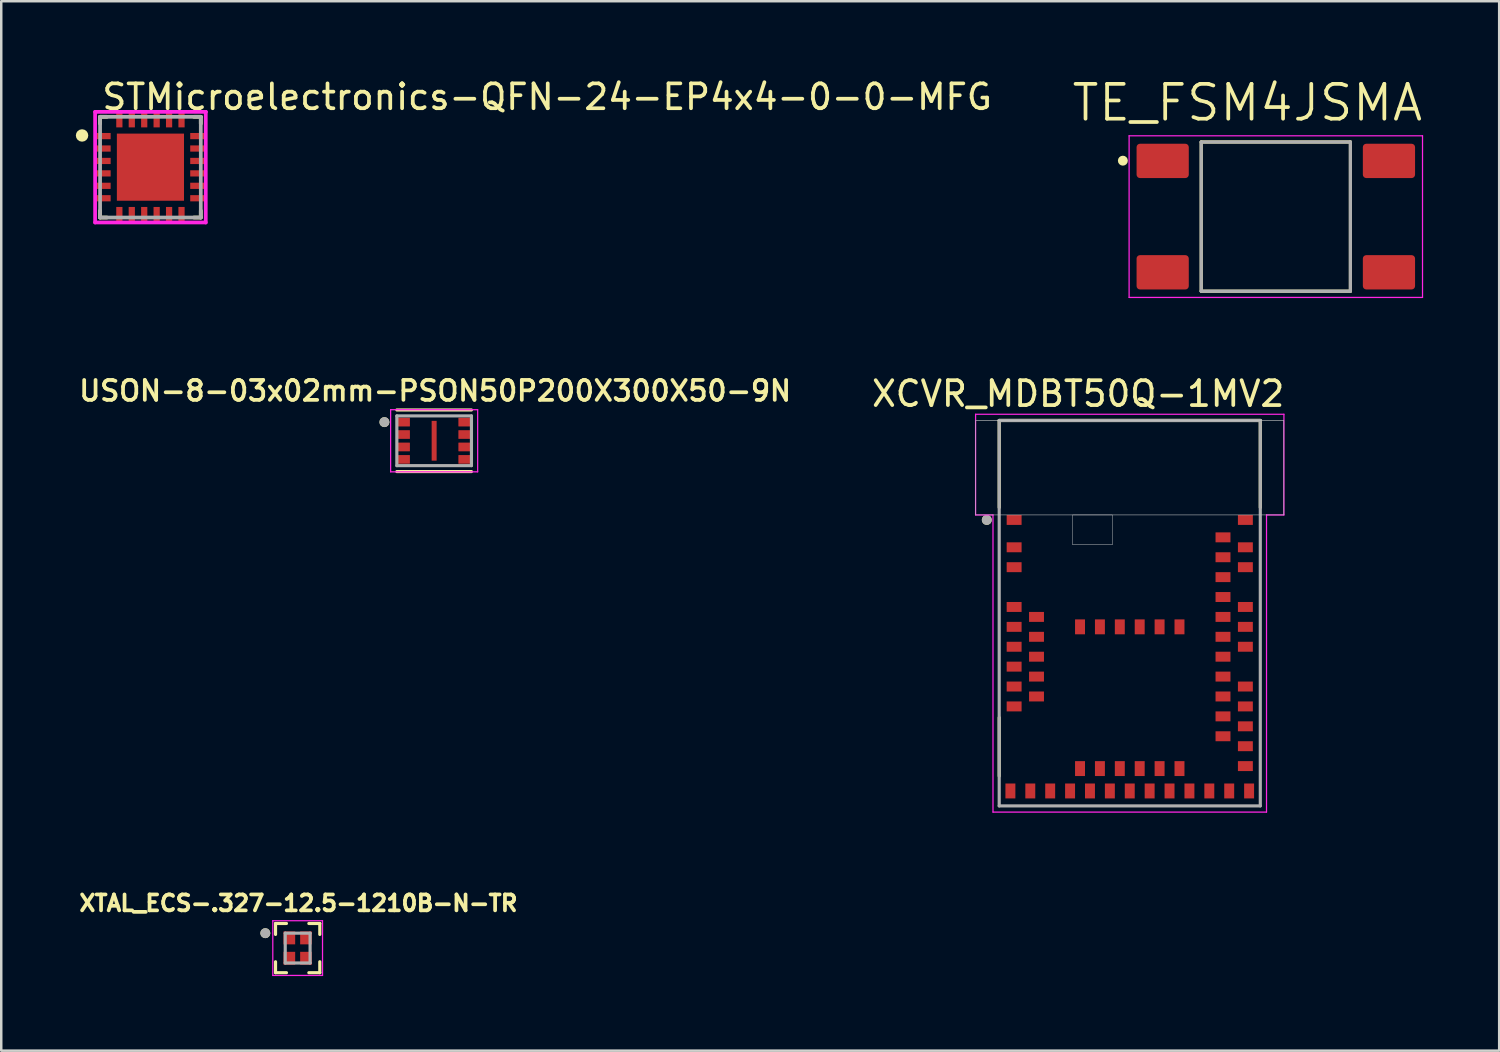
<source format=kicad_pcb>
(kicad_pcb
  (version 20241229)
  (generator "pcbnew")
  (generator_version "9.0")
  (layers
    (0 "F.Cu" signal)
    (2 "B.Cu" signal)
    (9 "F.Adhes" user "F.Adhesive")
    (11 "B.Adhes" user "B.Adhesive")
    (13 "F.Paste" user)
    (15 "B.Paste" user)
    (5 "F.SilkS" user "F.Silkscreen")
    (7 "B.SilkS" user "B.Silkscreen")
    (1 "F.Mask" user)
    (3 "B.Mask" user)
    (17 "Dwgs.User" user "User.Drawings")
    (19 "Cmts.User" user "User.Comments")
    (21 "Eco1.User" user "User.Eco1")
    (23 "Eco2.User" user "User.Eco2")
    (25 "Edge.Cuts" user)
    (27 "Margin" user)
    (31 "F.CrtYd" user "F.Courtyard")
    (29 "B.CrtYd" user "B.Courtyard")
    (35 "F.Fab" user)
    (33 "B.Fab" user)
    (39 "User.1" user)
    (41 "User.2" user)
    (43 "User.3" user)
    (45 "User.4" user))
  (footprint "USON-8-03x02mm-PSON50P200X300X50-9N"
    (layer "F.Cu")
    (at 14.41 14.676)
    (property "Reference" "USON-8-03x02mm-PSON50P200X300X50-9N" (at 0.04 -2.008 0) (layer "F.SilkS") (effects (font (size 0.8 0.8) (thickness 0.15))))
    (attr smd)
    (fp_line (start -1.5 -1.239) (end 1.5 -1.239) (stroke (width 0.127) (type solid)) (layer "F.SilkS"))
    (fp_line (start -1.5 1.239) (end 1.5 1.239) (stroke (width 0.127) (type solid)) (layer "F.SilkS"))
    (fp_circle (center -2 -0.75) (end -1.9 -0.75) (stroke (width 0.2) (type solid)) (fill no) (layer "F.SilkS"))
    (fp_poly (pts (xy -0.06 -0.51) (xy 0.06 -0.51) (xy 0.06 0.51) (xy -0.06 0.51)) (stroke (width 0.01) (type solid)) (fill yes) (layer "F.Paste"))
    (fp_line (start -1.75 -1.25) (end -1.75 1.25) (stroke (width 0.05) (type solid)) (layer "F.CrtYd"))
    (fp_line (start -1.75 -1.25) (end 1.75 -1.25) (stroke (width 0.05) (type solid)) (layer "F.CrtYd"))
    (fp_line (start -1.75 1.25) (end 1.75 1.25) (stroke (width 0.05) (type solid)) (layer "F.CrtYd"))
    (fp_line (start 1.75 -1.25) (end 1.75 1.25) (stroke (width 0.05) (type solid)) (layer "F.CrtYd"))
    (fp_line (start -1.5 -1) (end -1.5 1) (stroke (width 0.127) (type solid)) (layer "F.Fab"))
    (fp_line (start -1.5 -1) (end 1.5 -1) (stroke (width 0.127) (type solid)) (layer "F.Fab"))
    (fp_line (start -1.5 1) (end 1.5 1) (stroke (width 0.127) (type solid)) (layer "F.Fab"))
    (fp_line (start 1.5 -1) (end 1.5 1) (stroke (width 0.127) (type solid)) (layer "F.Fab"))
    (fp_circle (center -2 -0.75) (end -1.9 -0.75) (stroke (width 0.2) (type solid)) (fill no) (layer "F.Fab"))
    (pad "1" smd roundrect (at -1.22 -0.75) (size 0.49 0.35) (layers "F.Cu" "F.Mask" "F.Paste") (roundrect_rratio 0.04))
    (pad "2" smd roundrect (at -1.22 -0.25) (size 0.49 0.35) (layers "F.Cu" "F.Mask" "F.Paste") (roundrect_rratio 0.04))
    (pad "3" smd roundrect (at -1.22 0.25) (size 0.49 0.35) (layers "F.Cu" "F.Mask" "F.Paste") (roundrect_rratio 0.04))
    (pad "4" smd roundrect (at -1.22 0.75) (size 0.49 0.35) (layers "F.Cu" "F.Mask" "F.Paste") (roundrect_rratio 0.04))
    (pad "5" smd roundrect (at 1.22 0.75) (size 0.49 0.35) (layers "F.Cu" "F.Mask" "F.Paste") (roundrect_rratio 0.04))
    (pad "6" smd roundrect (at 1.22 0.25) (size 0.49 0.35) (layers "F.Cu" "F.Mask" "F.Paste") (roundrect_rratio 0.04))
    (pad "7" smd roundrect (at 1.22 -0.25) (size 0.49 0.35) (layers "F.Cu" "F.Mask" "F.Paste") (roundrect_rratio 0.04))
    (pad "8" smd roundrect (at 1.22 -0.75) (size 0.49 0.35) (layers "F.Cu" "F.Mask" "F.Paste") (roundrect_rratio 0.04))
    (pad "9" smd rect (at 0 0) (size 0.2 1.6) (layers "F.Cu" "F.Mask")))
  (footprint "STMicroelectronics-QFN-24-EP4x4-0-0-MFG"
    (layer "F.Cu")
    (at 3 3.673)
    (property "Reference" "STMicroelectronics-QFN-24-EP4x4-0-0-MFG" (at -2.025 -2.825 0) (layer "F.SilkS") (effects (font (size 1 1) (thickness 0.15)) (justify left)))
    (attr through_hole)
    (fp_line (start -2.025 -2.025) (end -1.75 -2.025) (stroke (width 0.15) (type solid)) (layer "F.SilkS"))
    (fp_line (start -2.025 -1.75) (end -2.025 -2.025) (stroke (width 0.15) (type solid)) (layer "F.SilkS"))
    (fp_line (start -2.025 2.025) (end -2.025 1.75) (stroke (width 0.15) (type solid)) (layer "F.SilkS"))
    (fp_line (start -2.025 2.025) (end -1.75 2.025) (stroke (width 0.15) (type solid)) (layer "F.SilkS"))
    (fp_line (start 1.75 -2.025) (end 2.025 -2.025) (stroke (width 0.15) (type solid)) (layer "F.SilkS"))
    (fp_line (start 1.75 2.025) (end 2.025 2.025) (stroke (width 0.15) (type solid)) (layer "F.SilkS"))
    (fp_line (start 2.025 -1.75) (end 2.025 -2.025) (stroke (width 0.15) (type solid)) (layer "F.SilkS"))
    (fp_line (start 2.025 2.025) (end 2.025 1.75) (stroke (width 0.15) (type solid)) (layer "F.SilkS"))
    (fp_circle (center -2.75 -1.275) (end -2.625 -1.275) (stroke (width 0.25) (type solid)) (fill no) (layer "F.SilkS"))
    (fp_line (start -2.225 -2.225) (end -2.225 2.225) (stroke (width 0.15) (type solid)) (layer "F.CrtYd"))
    (fp_line (start -2.225 2.225) (end 2.225 2.225) (stroke (width 0.15) (type solid)) (layer "F.CrtYd"))
    (fp_line (start 2.225 -2.225) (end -2.225 -2.225) (stroke (width 0.15) (type solid)) (layer "F.CrtYd"))
    (fp_line (start 2.225 -2.225) (end 2.225 -2.225) (stroke (width 0.15) (type solid)) (layer "F.CrtYd"))
    (fp_line (start 2.225 2.225) (end 2.225 -2.225) (stroke (width 0.15) (type solid)) (layer "F.CrtYd"))
    (fp_line (start -2.025 -2.025) (end 2.025 -2.025) (stroke (width 0.15) (type solid)) (layer "F.Fab"))
    (fp_line (start -2.025 2.025) (end -2.025 -2.025) (stroke (width 0.15) (type solid)) (layer "F.Fab"))
    (fp_line (start 2.025 -2.025) (end 2.025 2.025) (stroke (width 0.15) (type solid)) (layer "F.Fab"))
    (fp_line (start 2.025 2.025) (end -2.025 2.025) (stroke (width 0.15) (type solid)) (layer "F.Fab"))
    (pad "1" smd rect (at -1.9 -1.25) (size 0.6 0.25) (layers "F.Cu" "F.Mask" "F.Paste"))
    (pad "2" smd rect (at -1.9 -0.75) (size 0.6 0.25) (layers "F.Cu" "F.Mask" "F.Paste"))
    (pad "3" smd rect (at -1.9 -0.25) (size 0.6 0.25) (layers "F.Cu" "F.Mask" "F.Paste"))
    (pad "4" smd rect (at -1.9 0.25) (size 0.6 0.25) (layers "F.Cu" "F.Mask" "F.Paste"))
    (pad "5" smd rect (at -1.9 0.75) (size 0.6 0.25) (layers "F.Cu" "F.Mask" "F.Paste"))
    (pad "6" smd rect (at -1.9 1.25) (size 0.6 0.25) (layers "F.Cu" "F.Mask" "F.Paste"))
    (pad "7" smd rect (at -1.25 1.9) (size 0.25 0.6) (layers "F.Cu" "F.Mask" "F.Paste"))
    (pad "8" smd rect (at -0.75 1.9) (size 0.25 0.6) (layers "F.Cu" "F.Mask" "F.Paste"))
    (pad "9" smd rect (at -0.25 1.9) (size 0.25 0.6) (layers "F.Cu" "F.Mask" "F.Paste"))
    (pad "10" smd rect (at 0.25 1.9) (size 0.25 0.6) (layers "F.Cu" "F.Mask" "F.Paste"))
    (pad "11" smd rect (at 0.75 1.9) (size 0.25 0.6) (layers "F.Cu" "F.Mask" "F.Paste"))
    (pad "12" smd rect (at 1.25 1.9) (size 0.25 0.6) (layers "F.Cu" "F.Mask" "F.Paste"))
    (pad "13" smd rect (at 1.9 1.25) (size 0.6 0.25) (layers "F.Cu" "F.Mask" "F.Paste"))
    (pad "14" smd rect (at 1.9 0.75) (size 0.6 0.25) (layers "F.Cu" "F.Mask" "F.Paste"))
    (pad "15" smd rect (at 1.9 0.25) (size 0.6 0.25) (layers "F.Cu" "F.Mask" "F.Paste"))
    (pad "16" smd rect (at 1.9 -0.25) (size 0.6 0.25) (layers "F.Cu" "F.Mask" "F.Paste"))
    (pad "17" smd rect (at 1.9 -0.75) (size 0.6 0.25) (layers "F.Cu" "F.Mask" "F.Paste"))
    (pad "18" smd rect (at 1.9 -1.25) (size 0.6 0.25) (layers "F.Cu" "F.Mask" "F.Paste"))
    (pad "19" smd rect (at 1.25 -1.9) (size 0.25 0.6) (layers "F.Cu" "F.Mask" "F.Paste"))
    (pad "20" smd rect (at 0.75 -1.9) (size 0.25 0.6) (layers "F.Cu" "F.Mask" "F.Paste"))
    (pad "21" smd rect (at 0.25 -1.9) (size 0.25 0.6) (layers "F.Cu" "F.Mask" "F.Paste"))
    (pad "22" smd rect (at -0.25 -1.9) (size 0.25 0.6) (layers "F.Cu" "F.Mask" "F.Paste"))
    (pad "23" smd rect (at -0.75 -1.9) (size 0.25 0.6) (layers "F.Cu" "F.Mask" "F.Paste"))
    (pad "24" smd rect (at -1.25 -1.9) (size 0.25 0.6) (layers "F.Cu" "F.Mask" "F.Paste"))
    (pad "25" smd rect (at 0 0) (size 2.7 2.7) (layers "F.Cu" "F.Mask" "F.Paste")))
  (footprint "XTAL_ECS-.327-12.5-1210B-N-TR"
    (layer "F.Cu")
    (at 8.921 35.079)
    (property "Reference" "XTAL_ECS-.327-12.5-1210B-N-TR" (at 0.032 -1.806 0) (layer "F.SilkS") (effects (font (size 0.64 0.64) (thickness 0.15))))
    (attr smd)
    (fp_line (start -0.89 -0.99) (end -0.45 -0.99) (stroke (width 0.127) (type solid)) (layer "F.SilkS"))
    (fp_line (start -0.89 -0.55) (end -0.89 -0.99) (stroke (width 0.127) (type solid)) (layer "F.SilkS"))
    (fp_line (start -0.89 0.55) (end -0.89 0.99) (stroke (width 0.127) (type solid)) (layer "F.SilkS"))
    (fp_line (start -0.89 0.99) (end -0.45 0.99) (stroke (width 0.127) (type solid)) (layer "F.SilkS"))
    (fp_line (start 0.89 -0.99) (end 0.45 -0.99) (stroke (width 0.127) (type solid)) (layer "F.SilkS"))
    (fp_line (start 0.89 -0.55) (end 0.89 -0.99) (stroke (width 0.127) (type solid)) (layer "F.SilkS"))
    (fp_line (start 0.89 0.55) (end 0.89 0.99) (stroke (width 0.127) (type solid)) (layer "F.SilkS"))
    (fp_line (start 0.89 0.99) (end 0.45 0.99) (stroke (width 0.127) (type solid)) (layer "F.SilkS"))
    (fp_circle (center -1.3 -0.6) (end -1.2 -0.6) (stroke (width 0.2) (type solid)) (fill no) (layer "F.SilkS"))
    (fp_line (start -1 -1.1) (end 1 -1.1) (stroke (width 0.05) (type solid)) (layer "F.CrtYd"))
    (fp_line (start -1 1.1) (end -1 -1.1) (stroke (width 0.05) (type solid)) (layer "F.CrtYd"))
    (fp_line (start 1 -1.1) (end 1 1.1) (stroke (width 0.05) (type solid)) (layer "F.CrtYd"))
    (fp_line (start 1 1.1) (end -1 1.1) (stroke (width 0.05) (type solid)) (layer "F.CrtYd"))
    (fp_line (start -0.5 -0.6) (end 0.5 -0.6) (stroke (width 0.127) (type solid)) (layer "F.Fab"))
    (fp_line (start -0.5 0.6) (end -0.5 -0.6) (stroke (width 0.127) (type solid)) (layer "F.Fab"))
    (fp_line (start 0.5 -0.6) (end 0.5 0.6) (stroke (width 0.127) (type solid)) (layer "F.Fab"))
    (fp_line (start 0.5 0.6) (end -0.5 0.6) (stroke (width 0.127) (type solid)) (layer "F.Fab"))
    (fp_circle (center -1.3 -0.6) (end -1.2 -0.6) (stroke (width 0.2) (type solid)) (fill no) (layer "F.Fab"))
    (pad "1" smd rect (at -0.335 -0.41) (size 0.47 0.52) (layers "F.Cu" "F.Mask" "F.Paste"))
    (pad "2" smd rect (at -0.335 0.41) (size 0.47 0.52) (layers "F.Cu" "F.Mask" "F.Paste"))
    (pad "3" smd rect (at 0.335 0.41) (size 0.47 0.52) (layers "F.Cu" "F.Mask" "F.Paste"))
    (pad "4" smd rect (at 0.335 -0.41) (size 0.47 0.52) (layers "F.Cu" "F.Mask" "F.Paste")))
  (footprint "TE_FSM4JSMA"
    (layer "F.Cu")
    (at 48.259 5.661)
    (property "Reference" "TE_FSM4JSMA" (at -1.144 -4.578 0) (layer "F.SilkS") (effects (font (size 1.402 1.402) (thickness 0.15))))
    (attr smd)
    (fp_line (start -3 -3) (end 3 -3) (stroke (width 0.127) (type solid)) (layer "F.SilkS"))
    (fp_line (start -3 3) (end -3 -3) (stroke (width 0.127) (type solid)) (layer "F.SilkS"))
    (fp_line (start 3 -3) (end 3 3) (stroke (width 0.127) (type solid)) (layer "F.SilkS"))
    (fp_line (start 3 3) (end -3 3) (stroke (width 0.127) (type solid)) (layer "F.SilkS"))
    (fp_circle (center -6.151 -2.249) (end -6.051 -2.249) (stroke (width 0.2) (type solid)) (fill no) (layer "F.SilkS"))
    (fp_line (start -5.9 -3.25) (end -5.9 3.25) (stroke (width 0.05) (type solid)) (layer "F.CrtYd"))
    (fp_line (start -5.9 3.25) (end 5.9 3.25) (stroke (width 0.05) (type solid)) (layer "F.CrtYd"))
    (fp_line (start 5.9 -3.25) (end -5.9 -3.25) (stroke (width 0.05) (type solid)) (layer "F.CrtYd"))
    (fp_line (start 5.9 3.25) (end 5.9 -3.25) (stroke (width 0.05) (type solid)) (layer "F.CrtYd"))
    (fp_line (start -3 -3) (end -3 3) (stroke (width 0.127) (type solid)) (layer "F.Fab"))
    (fp_line (start -3 3) (end 3 3) (stroke (width 0.127) (type solid)) (layer "F.Fab"))
    (fp_line (start 3 -3) (end -3 -3) (stroke (width 0.127) (type solid)) (layer "F.Fab"))
    (fp_line (start 3 3) (end 3 -3) (stroke (width 0.127) (type solid)) (layer "F.Fab"))
    (pad "1" smd roundrect (at -4.55 -2.24 180) (size 2.1 1.38) (layers "F.Cu" "F.Mask" "F.Paste") (roundrect_rratio 0.1))
    (pad "2" smd roundrect (at 4.55 -2.24 180) (size 2.1 1.38) (layers "F.Cu" "F.Mask" "F.Paste") (roundrect_rratio 0.1))
    (pad "3" smd roundrect (at -4.55 2.24 180) (size 2.1 1.38) (layers "F.Cu" "F.Mask" "F.Paste") (roundrect_rratio 0.1))
    (pad "4" smd roundrect (at 4.55 2.24 180) (size 2.1 1.38) (layers "F.Cu" "F.Mask" "F.Paste") (roundrect_rratio 0.1)))
  (footprint "XCVR_MDBT50Q-1MV2"
    (layer "F.Cu")
    (at 42.385 21.61)
    (property "Reference" "XCVR_MDBT50Q-1MV2" (at -2.075 -8.825 0) (layer "F.SilkS") (effects (font (size 1 1) (thickness 0.15))))
    (attr smd)
    (fp_line (start -5.25 -7.75) (end 5.25 -7.75) (stroke (width 0.127) (type solid)) (layer "F.SilkS"))
    (fp_line (start -5.25 -4.25) (end -5.25 -7.75) (stroke (width 0.127) (type solid)) (layer "F.SilkS"))
    (fp_line (start -5.25 4.2) (end -5.25 6.55) (stroke (width 0.127) (type solid)) (layer "F.SilkS"))
    (fp_line (start 5.25 -7.75) (end 5.25 -4.25) (stroke (width 0.127) (type solid)) (layer "F.SilkS"))
    (fp_circle (center -5.75 -3.75) (end -5.65 -3.75) (stroke (width 0.2) (type solid)) (fill no) (layer "F.SilkS"))
    (fp_poly (pts (xy -6.2 -7.75) (xy 6.2 -7.75) (xy 6.2 -3.95) (xy -6.2 -3.95)) (stroke (width 0.01) (type solid)) (fill no) (layer "Dwgs.User"))
    (fp_poly (pts (xy -6.2 -7.75) (xy 6.2 -7.75) (xy 6.2 -3.95) (xy -6.2 -3.95)) (stroke (width 0.01) (type solid)) (fill no) (layer "Dwgs.User"))
    (fp_poly (pts (xy -6.2 -7.75) (xy 6.2 -7.75) (xy 6.2 -3.95) (xy -6.2 -3.95)) (stroke (width 0.01) (type solid)) (fill no) (layer "Dwgs.User"))
    (fp_poly (pts (xy -2.3 -3.95) (xy -0.7 -3.95) (xy -0.7 -2.75) (xy -2.3 -2.75)) (stroke (width 0.01) (type solid)) (fill no) (layer "Dwgs.User"))
    (fp_poly (pts (xy -2.3 -3.95) (xy -0.7 -3.95) (xy -0.7 -2.75) (xy -2.3 -2.75)) (stroke (width 0.01) (type solid)) (fill no) (layer "Dwgs.User"))
    (fp_line (start -6.2 -8) (end 6.2 -8) (stroke (width 0.05) (type solid)) (layer "F.CrtYd"))
    (fp_line (start -6.2 -3.95) (end -6.2 -8) (stroke (width 0.05) (type solid)) (layer "F.CrtYd"))
    (fp_line (start -5.5 -3.95) (end -6.2 -3.95) (stroke (width 0.05) (type solid)) (layer "F.CrtYd"))
    (fp_line (start -5.5 8) (end -5.5 -3.95) (stroke (width 0.05) (type solid)) (layer "F.CrtYd"))
    (fp_line (start 5.5 -3.95) (end 5.5 8) (stroke (width 0.05) (type solid)) (layer "F.CrtYd"))
    (fp_line (start 5.5 8) (end -5.5 8) (stroke (width 0.05) (type solid)) (layer "F.CrtYd"))
    (fp_line (start 6.2 -8) (end 6.2 -3.95) (stroke (width 0.05) (type solid)) (layer "F.CrtYd"))
    (fp_line (start 6.2 -3.95) (end 5.5 -3.95) (stroke (width 0.05) (type solid)) (layer "F.CrtYd"))
    (fp_line (start -5.25 -7.75) (end 5.25 -7.75) (stroke (width 0.127) (type solid)) (layer "F.Fab"))
    (fp_line (start -5.25 7.75) (end -5.25 -7.75) (stroke (width 0.127) (type solid)) (layer "F.Fab"))
    (fp_line (start 5.25 -7.75) (end 5.25 7.75) (stroke (width 0.127) (type solid)) (layer "F.Fab"))
    (fp_line (start 5.25 7.75) (end -5.25 7.75) (stroke (width 0.127) (type solid)) (layer "F.Fab"))
    (fp_circle (center -5.75 -3.75) (end -5.65 -3.75) (stroke (width 0.2) (type solid)) (fill no) (layer "F.Fab"))
    (pad "1" smd rect (at -4.65 -3.75) (size 0.6 0.4) (layers "F.Cu" "F.Mask" "F.Paste"))
    (pad "2" smd rect (at -4.65 -2.65) (size 0.6 0.4) (layers "F.Cu" "F.Mask" "F.Paste"))
    (pad "3" smd rect (at -4.65 -1.85) (size 0.6 0.4) (layers "F.Cu" "F.Mask" "F.Paste"))
    (pad "4" smd rect (at -4.65 -0.25) (size 0.6 0.4) (layers "F.Cu" "F.Mask" "F.Paste"))
    (pad "5" smd rect (at -3.75 0.15) (size 0.6 0.4) (layers "F.Cu" "F.Mask" "F.Paste"))
    (pad "6" smd rect (at -4.65 0.55) (size 0.6 0.4) (layers "F.Cu" "F.Mask" "F.Paste"))
    (pad "7" smd rect (at -3.75 0.95) (size 0.6 0.4) (layers "F.Cu" "F.Mask" "F.Paste"))
    (pad "8" smd rect (at -4.65 1.35) (size 0.6 0.4) (layers "F.Cu" "F.Mask" "F.Paste"))
    (pad "9" smd rect (at -3.75 1.75) (size 0.6 0.4) (layers "F.Cu" "F.Mask" "F.Paste"))
    (pad "10" smd rect (at -4.65 2.15) (size 0.6 0.4) (layers "F.Cu" "F.Mask" "F.Paste"))
    (pad "11" smd rect (at -3.75 2.55) (size 0.6 0.4) (layers "F.Cu" "F.Mask" "F.Paste"))
    (pad "12" smd rect (at -4.65 2.95) (size 0.6 0.4) (layers "F.Cu" "F.Mask" "F.Paste"))
    (pad "13" smd rect (at -3.75 3.35) (size 0.6 0.4) (layers "F.Cu" "F.Mask" "F.Paste"))
    (pad "14" smd rect (at -4.65 3.75) (size 0.6 0.4) (layers "F.Cu" "F.Mask" "F.Paste"))
    (pad "15" smd rect (at -4.8 7.15) (size 0.4 0.6) (layers "F.Cu" "F.Mask" "F.Paste"))
    (pad "16" smd rect (at -4 7.15) (size 0.4 0.6) (layers "F.Cu" "F.Mask" "F.Paste"))
    (pad "17" smd rect (at -3.2 7.15) (size 0.4 0.6) (layers "F.Cu" "F.Mask" "F.Paste"))
    (pad "18" smd rect (at -2.4 7.15) (size 0.4 0.6) (layers "F.Cu" "F.Mask" "F.Paste"))
    (pad "19" smd rect (at -2 6.25) (size 0.4 0.6) (layers "F.Cu" "F.Mask" "F.Paste"))
    (pad "20" smd rect (at -1.6 7.15) (size 0.4 0.6) (layers "F.Cu" "F.Mask" "F.Paste"))
    (pad "21" smd rect (at -1.2 6.25) (size 0.4 0.6) (layers "F.Cu" "F.Mask" "F.Paste"))
    (pad "22" smd rect (at -0.8 7.15) (size 0.4 0.6) (layers "F.Cu" "F.Mask" "F.Paste"))
    (pad "23" smd rect (at -0.4 6.25) (size 0.4 0.6) (layers "F.Cu" "F.Mask" "F.Paste"))
    (pad "24" smd rect (at 0 7.15) (size 0.4 0.6) (layers "F.Cu" "F.Mask" "F.Paste"))
    (pad "25" smd rect (at 0.4 6.25) (size 0.4 0.6) (layers "F.Cu" "F.Mask" "F.Paste"))
    (pad "26" smd rect (at 0.8 7.15) (size 0.4 0.6) (layers "F.Cu" "F.Mask" "F.Paste"))
    (pad "27" smd rect (at 1.2 6.25) (size 0.4 0.6) (layers "F.Cu" "F.Mask" "F.Paste"))
    (pad "28" smd rect (at 1.6 7.15) (size 0.4 0.6) (layers "F.Cu" "F.Mask" "F.Paste"))
    (pad "29" smd rect (at 2 6.25) (size 0.4 0.6) (layers "F.Cu" "F.Mask" "F.Paste"))
    (pad "30" smd rect (at 2.4 7.15) (size 0.4 0.6) (layers "F.Cu" "F.Mask" "F.Paste"))
    (pad "31" smd rect (at 3.2 7.15) (size 0.4 0.6) (layers "F.Cu" "F.Mask" "F.Paste"))
    (pad "32" smd rect (at 4 7.15) (size 0.4 0.6) (layers "F.Cu" "F.Mask" "F.Paste"))
    (pad "33" smd rect (at 4.8 7.15) (size 0.4 0.6) (layers "F.Cu" "F.Mask" "F.Paste"))
    (pad "34" smd rect (at 4.65 6.15 180) (size 0.6 0.4) (layers "F.Cu" "F.Mask" "F.Paste"))
    (pad "35" smd rect (at 4.65 5.35 180) (size 0.6 0.4) (layers "F.Cu" "F.Mask" "F.Paste"))
    (pad "36" smd rect (at 3.75 4.95 180) (size 0.6 0.4) (layers "F.Cu" "F.Mask" "F.Paste"))
    (pad "37" smd rect (at 4.65 4.55 180) (size 0.6 0.4) (layers "F.Cu" "F.Mask" "F.Paste"))
    (pad "38" smd rect (at 3.75 4.15 180) (size 0.6 0.4) (layers "F.Cu" "F.Mask" "F.Paste"))
    (pad "39" smd rect (at 4.65 3.75 180) (size 0.6 0.4) (layers "F.Cu" "F.Mask" "F.Paste"))
    (pad "40" smd rect (at 3.75 3.35 180) (size 0.6 0.4) (layers "F.Cu" "F.Mask" "F.Paste"))
    (pad "41" smd rect (at 4.65 2.95 180) (size 0.6 0.4) (layers "F.Cu" "F.Mask" "F.Paste"))
    (pad "42" smd rect (at 3.75 2.55 180) (size 0.6 0.4) (layers "F.Cu" "F.Mask" "F.Paste"))
    (pad "43" smd rect (at 3.75 1.75 180) (size 0.6 0.4) (layers "F.Cu" "F.Mask" "F.Paste"))
    (pad "44" smd rect (at 4.65 1.35 180) (size 0.6 0.4) (layers "F.Cu" "F.Mask" "F.Paste"))
    (pad "45" smd rect (at 3.75 0.95 180) (size 0.6 0.4) (layers "F.Cu" "F.Mask" "F.Paste"))
    (pad "46" smd rect (at 4.65 0.55 180) (size 0.6 0.4) (layers "F.Cu" "F.Mask" "F.Paste"))
    (pad "47" smd rect (at 3.75 0.15 180) (size 0.6 0.4) (layers "F.Cu" "F.Mask" "F.Paste"))
    (pad "48" smd rect (at 4.65 -0.25 180) (size 0.6 0.4) (layers "F.Cu" "F.Mask" "F.Paste"))
    (pad "49" smd rect (at 3.75 -0.65 180) (size 0.6 0.4) (layers "F.Cu" "F.Mask" "F.Paste"))
    (pad "50" smd rect (at 3.75 -1.45 180) (size 0.6 0.4) (layers "F.Cu" "F.Mask" "F.Paste"))
    (pad "51" smd rect (at 4.65 -1.85 180) (size 0.6 0.4) (layers "F.Cu" "F.Mask" "F.Paste"))
    (pad "52" smd rect (at 3.75 -2.25 180) (size 0.6 0.4) (layers "F.Cu" "F.Mask" "F.Paste"))
    (pad "53" smd rect (at 4.65 -2.65 180) (size 0.6 0.4) (layers "F.Cu" "F.Mask" "F.Paste"))
    (pad "54" smd rect (at 3.75 -3.05 180) (size 0.6 0.4) (layers "F.Cu" "F.Mask" "F.Paste"))
    (pad "55" smd rect (at 4.65 -3.75 180) (size 0.6 0.4) (layers "F.Cu" "F.Mask" "F.Paste"))
    (pad "56" smd rect (at -2 0.55) (size 0.4 0.6) (layers "F.Cu" "F.Mask" "F.Paste"))
    (pad "57" smd rect (at -1.2 0.55) (size 0.4 0.6) (layers "F.Cu" "F.Mask" "F.Paste"))
    (pad "58" smd rect (at -0.4 0.55) (size 0.4 0.6) (layers "F.Cu" "F.Mask" "F.Paste"))
    (pad "59" smd rect (at 0.4 0.55) (size 0.4 0.6) (layers "F.Cu" "F.Mask" "F.Paste"))
    (pad "60" smd rect (at 1.2 0.55) (size 0.4 0.6) (layers "F.Cu" "F.Mask" "F.Paste"))
    (pad "61" smd rect (at 2 0.55) (size 0.4 0.6) (layers "F.Cu" "F.Mask" "F.Paste")))
  (gr_rect
    (start -3 -3)
    (end 57.242 39.204)
    (stroke (width 0.1) (type default))
    (fill no)
    (layer "Edge.Cuts")))
</source>
